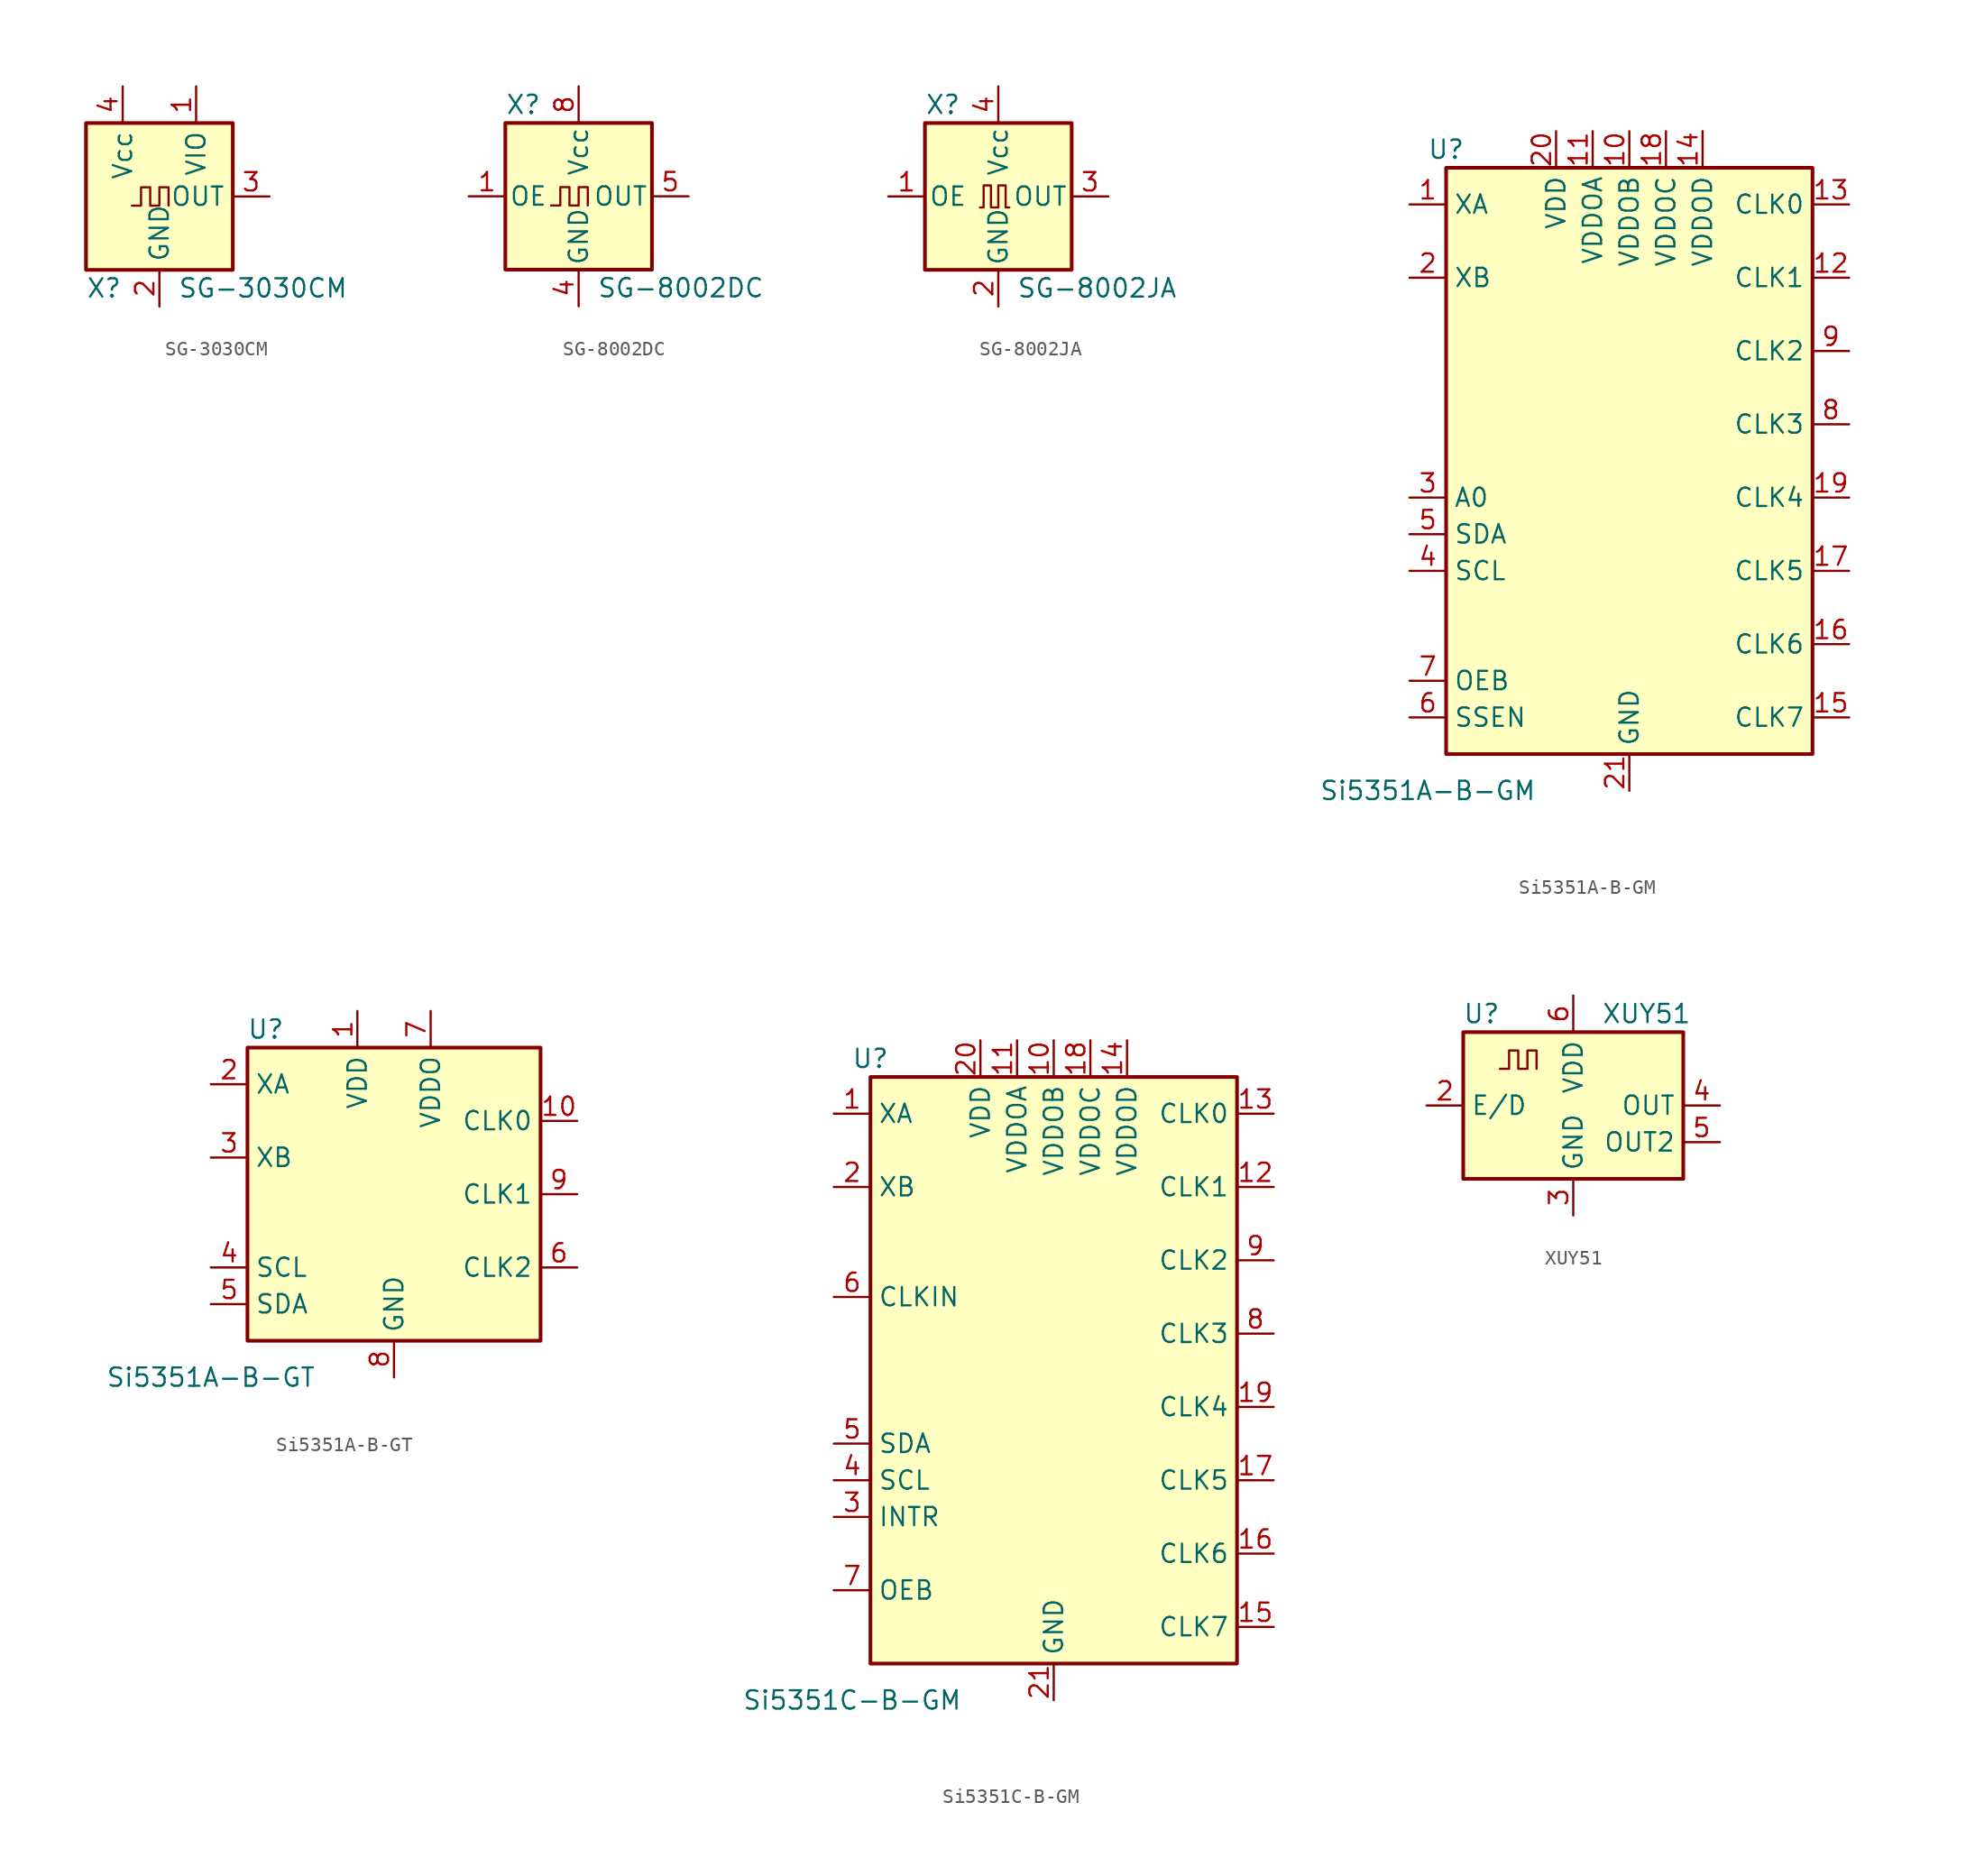
<source format=kicad_sym>
(kicad_symbol_lib
  (version 20211014)
  (generator kicad_symbol_editor)
  (symbol "SG-3030CM"
    (property "Reference" "X"
      (at -5.08 -6.35 0)
      (effects (font (size 1.27 1.27)) (justify left)))
    (property "Value" "SG-3030CM"
      (at 1.27 -6.35 0)
      (effects (font (size 1.27 1.27)) (justify left)))
    (symbol "SG-3030CM_0_1"
      (rectangle (start -5.08 5.08) (end 5.08 -5.08) (stroke (width 0.254) (type default) (color 0 0 0 0)) (fill (type background)))
      (polyline (pts (xy -1.905 -0.635) (xy -1.27 -0.635) (xy -1.27 0.635) (xy -0.635 0.635) (xy -0.635 -0.635) (xy 0 -0.635) (xy 0 0.635) (xy 0.635 0.635) (xy 0.635 -0.635)) (stroke (width 0) (type default) (color 0 0 0 0)) (fill (type none))))
    (symbol "SG-3030CM_1_1"
      (pin power_in line (at 2.54 7.62 270) (length 2.54) (name "VIO" (effects (font (size 1.27 1.27)))) (number "1" (effects (font (size 1.27 1.27)))))
      (pin power_in line (at 0 -7.62 90) (length 2.54) (name "GND" (effects (font (size 1.27 1.27)))) (number "2" (effects (font (size 1.27 1.27)))))
      (pin output line (at 7.62 0 180) (length 2.54) (name "OUT" (effects (font (size 1.27 1.27)))) (number "3" (effects (font (size 1.27 1.27)))))
      (pin power_in line (at -2.54 7.62 270) (length 2.54) (name "Vcc" (effects (font (size 1.27 1.27)))) (number "4" (effects (font (size 1.27 1.27)))))))
  (symbol "SG-8002DC"
    (pin_names
      (offset 0.254))
    (property "Reference" "X"
      (at -5.08 6.35 0)
      (effects (font (size 1.27 1.27)) (justify left)))
    (property "Value" "SG-8002DC"
      (at 1.27 -6.35 0)
      (effects (font (size 1.27 1.27)) (justify left)))
    (symbol "SG-8002DC_0_1"
      (rectangle (start -5.08 5.08) (end 5.08 -5.08) (stroke (width 0.254) (type default) (color 0 0 0 0)) (fill (type background)))
      (polyline (pts (xy -1.905 -0.635) (xy -1.27 -0.635) (xy -1.27 0.635) (xy -0.635 0.635) (xy -0.635 -0.635) (xy 0 -0.635) (xy 0 0.635) (xy 0.635 0.635) (xy 0.635 -0.635)) (stroke (width 0) (type default) (color 0 0 0 0)) (fill (type none))))
    (symbol "SG-8002DC_1_1"
      (pin input line (at -7.62 0 0) (length 2.54) (name "OE" (effects (font (size 1.27 1.27)))) (number "1" (effects (font (size 1.27 1.27)))))
      (pin power_in line (at 0 -7.62 90) (length 2.54) (name "GND" (effects (font (size 1.27 1.27)))) (number "4" (effects (font (size 1.27 1.27)))))
      (pin output line (at 7.62 0 180) (length 2.54) (name "OUT" (effects (font (size 1.27 1.27)))) (number "5" (effects (font (size 1.27 1.27)))))
      (pin power_in line (at 0 7.62 270) (length 2.54) (name "Vcc" (effects (font (size 1.27 1.27)))) (number "8" (effects (font (size 1.27 1.27)))))))
  (symbol "SG-8002JA"
    (pin_names
      (offset 0.254))
    (property "Reference" "X"
      (at -5.08 6.35 0)
      (effects (font (size 1.27 1.27)) (justify left)))
    (property "Value" "SG-8002JA"
      (at 1.27 -6.35 0)
      (effects (font (size 1.27 1.27)) (justify left)))
    (symbol "SG-8002JA_0_1"
      (rectangle (start -5.08 5.08) (end 5.08 -5.08) (stroke (width 0.254) (type default) (color 0 0 0 0)) (fill (type background)))
      (polyline (pts (xy -1.27 -0.762) (xy -1.016 -0.762) (xy -1.016 0.762) (xy -0.508 0.762) (xy -0.508 -0.762) (xy 0 -0.762) (xy 0 0.762) (xy 0.508 0.762) (xy 0.508 -0.762) (xy 0.762 -0.762)) (stroke (width 0) (type default) (color 0 0 0 0)) (fill (type none))))
    (symbol "SG-8002JA_1_1"
      (pin input line (at -7.62 0 0) (length 2.54) (name "OE" (effects (font (size 1.27 1.27)))) (number "1" (effects (font (size 1.27 1.27)))))
      (pin power_in line (at 0 -7.62 90) (length 2.54) (name "GND" (effects (font (size 1.27 1.27)))) (number "2" (effects (font (size 1.27 1.27)))))
      (pin output line (at 7.62 0 180) (length 2.54) (name "OUT" (effects (font (size 1.27 1.27)))) (number "3" (effects (font (size 1.27 1.27)))))
      (pin power_in line (at 0 7.62 270) (length 2.54) (name "Vcc" (effects (font (size 1.27 1.27)))) (number "4" (effects (font (size 1.27 1.27)))))))
  (symbol "Si5351A-B-GM"
    (property "Reference" "U"
      (at -12.7 21.59 0)
      (effects (font (size 1.27 1.27))))
    (property "Value" "Si5351A-B-GM"
      (at -13.97 -22.86 0)
      (effects (font (size 1.27 1.27))))
    (symbol "Si5351A-B-GM_1_1"
      (rectangle (start -12.7 20.32) (end 12.7 -20.32) (stroke (width 0.254) (type default) (color 0 0 0 0)) (fill (type background)))
      (pin input line (at -15.24 17.78 0) (length 2.54) (name "XA" (effects (font (size 1.27 1.27)))) (number "1" (effects (font (size 1.27 1.27)))))
      (pin power_in line (at 0 22.86 270) (length 2.54) (name "VDDOB" (effects (font (size 1.27 1.27)))) (number "10" (effects (font (size 1.27 1.27)))))
      (pin power_in line (at -2.54 22.86 270) (length 2.54) (name "VDDOA" (effects (font (size 1.27 1.27)))) (number "11" (effects (font (size 1.27 1.27)))))
      (pin output line (at 15.24 12.7 180) (length 2.54) (name "CLK1" (effects (font (size 1.27 1.27)))) (number "12" (effects (font (size 1.27 1.27)))))
      (pin output line (at 15.24 17.78 180) (length 2.54) (name "CLK0" (effects (font (size 1.27 1.27)))) (number "13" (effects (font (size 1.27 1.27)))))
      (pin power_in line (at 5.08 22.86 270) (length 2.54) (name "VDDOD" (effects (font (size 1.27 1.27)))) (number "14" (effects (font (size 1.27 1.27)))))
      (pin output line (at 15.24 -17.78 180) (length 2.54) (name "CLK7" (effects (font (size 1.27 1.27)))) (number "15" (effects (font (size 1.27 1.27)))))
      (pin output line (at 15.24 -12.7 180) (length 2.54) (name "CLK6" (effects (font (size 1.27 1.27)))) (number "16" (effects (font (size 1.27 1.27)))))
      (pin output line (at 15.24 -7.62 180) (length 2.54) (name "CLK5" (effects (font (size 1.27 1.27)))) (number "17" (effects (font (size 1.27 1.27)))))
      (pin power_in line (at 2.54 22.86 270) (length 2.54) (name "VDDOC" (effects (font (size 1.27 1.27)))) (number "18" (effects (font (size 1.27 1.27)))))
      (pin output line (at 15.24 -2.54 180) (length 2.54) (name "CLK4" (effects (font (size 1.27 1.27)))) (number "19" (effects (font (size 1.27 1.27)))))
      (pin input line (at -15.24 12.7 0) (length 2.54) (name "XB" (effects (font (size 1.27 1.27)))) (number "2" (effects (font (size 1.27 1.27)))))
      (pin power_in line (at -5.08 22.86 270) (length 2.54) (name "VDD" (effects (font (size 1.27 1.27)))) (number "20" (effects (font (size 1.27 1.27)))))
      (pin power_in line (at 0 -22.86 90) (length 2.54) (name "GND" (effects (font (size 1.27 1.27)))) (number "21" (effects (font (size 1.27 1.27)))))
      (pin input line (at -15.24 -2.54 0) (length 2.54) (name "A0" (effects (font (size 1.27 1.27)))) (number "3" (effects (font (size 1.27 1.27)))))
      (pin input line (at -15.24 -7.62 0) (length 2.54) (name "SCL" (effects (font (size 1.27 1.27)))) (number "4" (effects (font (size 1.27 1.27)))))
      (pin bidirectional line (at -15.24 -5.08 0) (length 2.54) (name "SDA" (effects (font (size 1.27 1.27)))) (number "5" (effects (font (size 1.27 1.27)))))
      (pin input line (at -15.24 -17.78 0) (length 2.54) (name "SSEN" (effects (font (size 1.27 1.27)))) (number "6" (effects (font (size 1.27 1.27)))))
      (pin input line (at -15.24 -15.24 0) (length 2.54) (name "OEB" (effects (font (size 1.27 1.27)))) (number "7" (effects (font (size 1.27 1.27)))))
      (pin output line (at 15.24 2.54 180) (length 2.54) (name "CLK3" (effects (font (size 1.27 1.27)))) (number "8" (effects (font (size 1.27 1.27)))))
      (pin output line (at 15.24 7.62 180) (length 2.54) (name "CLK2" (effects (font (size 1.27 1.27)))) (number "9" (effects (font (size 1.27 1.27)))))))
  (symbol "Si5351A-B-GT"
    (property "Reference" "U"
      (at -8.89 11.43 0)
      (effects (font (size 1.27 1.27))))
    (property "Value" "Si5351A-B-GT"
      (at -12.7 -12.7 0)
      (effects (font (size 1.27 1.27))))
    (symbol "Si5351A-B-GT_0_1"
      (rectangle (start -10.16 10.16) (end 10.16 -10.16) (stroke (width 0.254) (type default) (color 0 0 0 0)) (fill (type background))))
    (symbol "Si5351A-B-GT_1_1"
      (pin power_in line (at -2.54 12.7 270) (length 2.54) (name "VDD" (effects (font (size 1.27 1.27)))) (number "1" (effects (font (size 1.27 1.27)))))
      (pin output line (at 12.7 5.08 180) (length 2.54) (name "CLK0" (effects (font (size 1.27 1.27)))) (number "10" (effects (font (size 1.27 1.27)))))
      (pin input line (at -12.7 7.62 0) (length 2.54) (name "XA" (effects (font (size 1.27 1.27)))) (number "2" (effects (font (size 1.27 1.27)))))
      (pin input line (at -12.7 2.54 0) (length 2.54) (name "XB" (effects (font (size 1.27 1.27)))) (number "3" (effects (font (size 1.27 1.27)))))
      (pin input line (at -12.7 -5.08 0) (length 2.54) (name "SCL" (effects (font (size 1.27 1.27)))) (number "4" (effects (font (size 1.27 1.27)))))
      (pin bidirectional line (at -12.7 -7.62 0) (length 2.54) (name "SDA" (effects (font (size 1.27 1.27)))) (number "5" (effects (font (size 1.27 1.27)))))
      (pin output line (at 12.7 -5.08 180) (length 2.54) (name "CLK2" (effects (font (size 1.27 1.27)))) (number "6" (effects (font (size 1.27 1.27)))))
      (pin power_in line (at 2.54 12.7 270) (length 2.54) (name "VDDO" (effects (font (size 1.27 1.27)))) (number "7" (effects (font (size 1.27 1.27)))))
      (pin power_in line (at 0 -12.7 90) (length 2.54) (name "GND" (effects (font (size 1.27 1.27)))) (number "8" (effects (font (size 1.27 1.27)))))
      (pin output line (at 12.7 0 180) (length 2.54) (name "CLK1" (effects (font (size 1.27 1.27)))) (number "9" (effects (font (size 1.27 1.27)))))))
  (symbol "Si5351C-B-GM"
    (property "Reference" "U"
      (at -12.7 21.59 0)
      (effects (font (size 1.27 1.27))))
    (property "Value" "Si5351C-B-GM"
      (at -13.97 -22.86 0)
      (effects (font (size 1.27 1.27))))
    (symbol "Si5351C-B-GM_1_1"
      (rectangle (start -12.7 20.32) (end 12.7 -20.32) (stroke (width 0.254) (type default) (color 0 0 0 0)) (fill (type background)))
      (pin input line (at -15.24 17.78 0) (length 2.54) (name "XA" (effects (font (size 1.27 1.27)))) (number "1" (effects (font (size 1.27 1.27)))))
      (pin power_in line (at 0 22.86 270) (length 2.54) (name "VDDOB" (effects (font (size 1.27 1.27)))) (number "10" (effects (font (size 1.27 1.27)))))
      (pin power_in line (at -2.54 22.86 270) (length 2.54) (name "VDDOA" (effects (font (size 1.27 1.27)))) (number "11" (effects (font (size 1.27 1.27)))))
      (pin output line (at 15.24 12.7 180) (length 2.54) (name "CLK1" (effects (font (size 1.27 1.27)))) (number "12" (effects (font (size 1.27 1.27)))))
      (pin output line (at 15.24 17.78 180) (length 2.54) (name "CLK0" (effects (font (size 1.27 1.27)))) (number "13" (effects (font (size 1.27 1.27)))))
      (pin power_in line (at 5.08 22.86 270) (length 2.54) (name "VDDOD" (effects (font (size 1.27 1.27)))) (number "14" (effects (font (size 1.27 1.27)))))
      (pin output line (at 15.24 -17.78 180) (length 2.54) (name "CLK7" (effects (font (size 1.27 1.27)))) (number "15" (effects (font (size 1.27 1.27)))))
      (pin output line (at 15.24 -12.7 180) (length 2.54) (name "CLK6" (effects (font (size 1.27 1.27)))) (number "16" (effects (font (size 1.27 1.27)))))
      (pin output line (at 15.24 -7.62 180) (length 2.54) (name "CLK5" (effects (font (size 1.27 1.27)))) (number "17" (effects (font (size 1.27 1.27)))))
      (pin power_in line (at 2.54 22.86 270) (length 2.54) (name "VDDOC" (effects (font (size 1.27 1.27)))) (number "18" (effects (font (size 1.27 1.27)))))
      (pin output line (at 15.24 -2.54 180) (length 2.54) (name "CLK4" (effects (font (size 1.27 1.27)))) (number "19" (effects (font (size 1.27 1.27)))))
      (pin input line (at -15.24 12.7 0) (length 2.54) (name "XB" (effects (font (size 1.27 1.27)))) (number "2" (effects (font (size 1.27 1.27)))))
      (pin power_in line (at -5.08 22.86 270) (length 2.54) (name "VDD" (effects (font (size 1.27 1.27)))) (number "20" (effects (font (size 1.27 1.27)))))
      (pin power_in line (at 0 -22.86 90) (length 2.54) (name "GND" (effects (font (size 1.27 1.27)))) (number "21" (effects (font (size 1.27 1.27)))))
      (pin output line (at -15.24 -10.16 0) (length 2.54) (name "INTR" (effects (font (size 1.27 1.27)))) (number "3" (effects (font (size 1.27 1.27)))))
      (pin input line (at -15.24 -7.62 0) (length 2.54) (name "SCL" (effects (font (size 1.27 1.27)))) (number "4" (effects (font (size 1.27 1.27)))))
      (pin bidirectional line (at -15.24 -5.08 0) (length 2.54) (name "SDA" (effects (font (size 1.27 1.27)))) (number "5" (effects (font (size 1.27 1.27)))))
      (pin input line (at -15.24 5.08 0) (length 2.54) (name "CLKIN" (effects (font (size 1.27 1.27)))) (number "6" (effects (font (size 1.27 1.27)))))
      (pin input line (at -15.24 -15.24 0) (length 2.54) (name "OEB" (effects (font (size 1.27 1.27)))) (number "7" (effects (font (size 1.27 1.27)))))
      (pin output line (at 15.24 2.54 180) (length 2.54) (name "CLK3" (effects (font (size 1.27 1.27)))) (number "8" (effects (font (size 1.27 1.27)))))
      (pin output line (at 15.24 7.62 180) (length 2.54) (name "CLK2" (effects (font (size 1.27 1.27)))) (number "9" (effects (font (size 1.27 1.27)))))))
  (symbol "XUY51"
    (property "Reference" "U"
      (at -6.35 6.35 0)
      (effects (font (size 1.27 1.27))))
    (property "Value" "XUY51"
      (at 5.08 6.35 0)
      (effects (font (size 1.27 1.27))))
    (symbol "XUY51_0_1"
      (rectangle (start -7.62 5.08) (end 7.62 -5.08) (stroke (width 0.254) (type default) (color 0 0 0 0)) (fill (type background))))
    (symbol "XUY51_1_1"
      (polyline (pts (xy -5.08 2.54) (xy -4.445 2.54) (xy -4.445 3.81) (xy -3.81 3.81) (xy -3.81 2.54) (xy -3.175 2.54) (xy -3.175 3.81) (xy -2.54 3.81) (xy -2.54 2.54)) (stroke (width 0) (type default) (color 0 0 0 0)) (fill (type none)))
      (pin no_connect line (at -7.62 -2.54 0) (length 2.54) hide (name "NC" (effects (font (size 1.27 1.27)))) (number "1" (effects (font (size 1.27 1.27)))))
      (pin input line (at -10.16 0 0) (length 2.54) (name "E/D" (effects (font (size 1.27 1.27)))) (number "2" (effects (font (size 1.27 1.27)))))
      (pin power_in line (at 0 -7.62 90) (length 2.54) (name "GND" (effects (font (size 1.27 1.27)))) (number "3" (effects (font (size 1.27 1.27)))))
      (pin output line (at 10.16 0 180) (length 2.54) (name "OUT" (effects (font (size 1.27 1.27)))) (number "4" (effects (font (size 1.27 1.27)))))
      (pin output line (at 10.16 -2.54 180) (length 2.54) (name "OUT2" (effects (font (size 1.27 1.27)))) (number "5" (effects (font (size 1.27 1.27)))))
      (pin power_in line (at 0 7.62 270) (length 2.54) (name "VDD" (effects (font (size 1.27 1.27)))) (number "6" (effects (font (size 1.27 1.27))))))))
</source>
